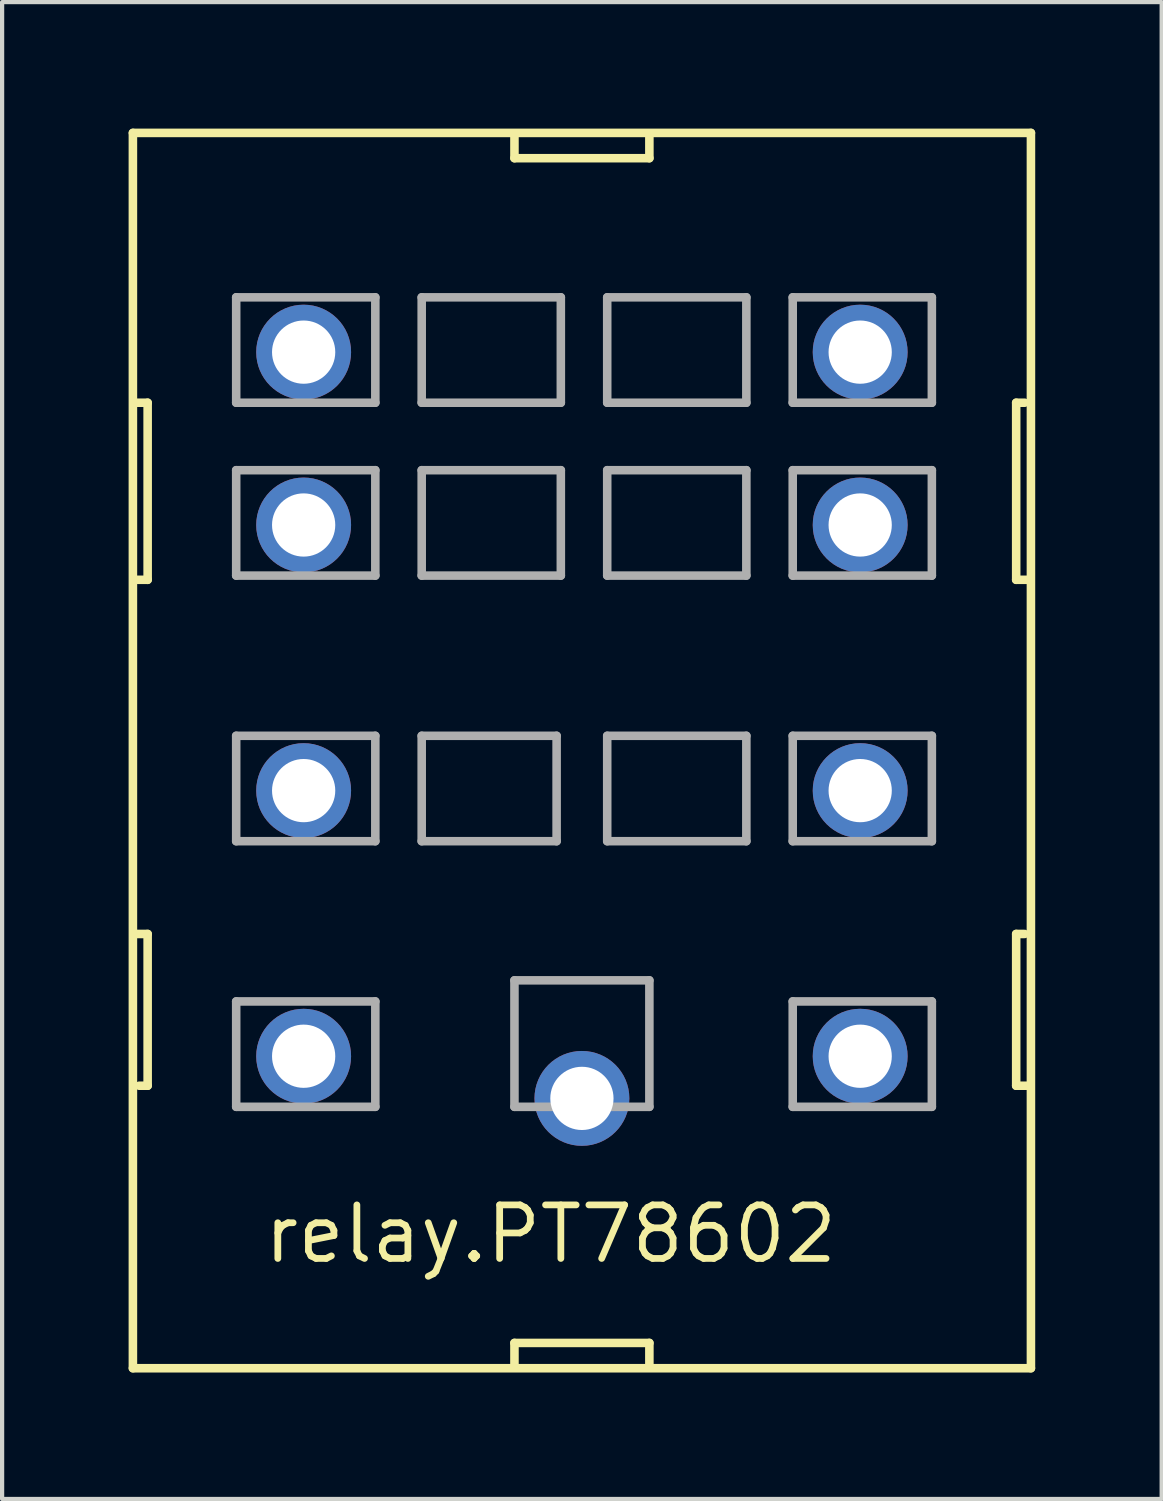
<source format=kicad_pcb>
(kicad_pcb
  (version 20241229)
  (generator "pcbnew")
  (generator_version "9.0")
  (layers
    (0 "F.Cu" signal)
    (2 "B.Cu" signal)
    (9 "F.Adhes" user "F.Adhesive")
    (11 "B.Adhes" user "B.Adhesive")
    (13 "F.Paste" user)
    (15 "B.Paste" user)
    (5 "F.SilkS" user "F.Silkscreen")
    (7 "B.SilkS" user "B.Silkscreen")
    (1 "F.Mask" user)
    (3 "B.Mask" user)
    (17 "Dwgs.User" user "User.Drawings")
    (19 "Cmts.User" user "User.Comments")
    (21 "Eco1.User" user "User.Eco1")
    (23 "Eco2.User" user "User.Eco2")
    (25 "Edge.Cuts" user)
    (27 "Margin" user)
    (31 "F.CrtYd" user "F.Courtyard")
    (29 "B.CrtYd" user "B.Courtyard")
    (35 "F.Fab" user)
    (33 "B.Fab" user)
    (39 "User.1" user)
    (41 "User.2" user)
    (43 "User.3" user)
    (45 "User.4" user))
  (footprint "relay.PT78602"
    (layer "F.Cu")
    (at 10.752 22.002)
    (property "Reference" "relay.PT78602" (at -7.62 4.96 0) (layer "F.SilkS") (effects (font (size 1.27 1.27) (thickness 0.16)) (justify left bottom)))
    (attr through_hole)
    (fp_line (start -10.65 -21.9) (end 10.65 -21.9) (stroke (width 0.203) (type default)) (layer "F.SilkS"))
    (fp_line (start -10.65 7.4) (end -10.65 -21.9) (stroke (width 0.203) (type default)) (layer "F.SilkS"))
    (fp_line (start -10.6 -11.3) (end -10.3 -11.3) (stroke (width 0.203) (type default)) (layer "F.SilkS"))
    (fp_line (start -10.3 -15.5) (end -10.6 -15.5) (stroke (width 0.203) (type default)) (layer "F.SilkS"))
    (fp_line (start -10.3 -11.3) (end -10.3 -15.5) (stroke (width 0.203) (type default)) (layer "F.SilkS"))
    (fp_line (start -10.3 -2.9) (end -10.6 -2.9) (stroke (width 0.203) (type default)) (layer "F.SilkS"))
    (fp_line (start -10.3 0.7) (end -10.5 0.7) (stroke (width 0.203) (type default)) (layer "F.SilkS"))
    (fp_line (start -10.3 0.7) (end -10.3 -2.9) (stroke (width 0.203) (type default)) (layer "F.SilkS"))
    (fp_line (start -1.6 -21.3) (end -1.6 -21.8) (stroke (width 0.203) (type default)) (layer "F.SilkS"))
    (fp_line (start -1.6 6.8) (end 1.6 6.8) (stroke (width 0.203) (type default)) (layer "F.SilkS"))
    (fp_line (start -1.6 7.3) (end -1.6 6.8) (stroke (width 0.203) (type default)) (layer "F.SilkS"))
    (fp_line (start 1.6 -21.8) (end 1.6 -21.3) (stroke (width 0.203) (type default)) (layer "F.SilkS"))
    (fp_line (start 1.6 -21.3) (end -1.6 -21.3) (stroke (width 0.203) (type default)) (layer "F.SilkS"))
    (fp_line (start 1.6 6.8) (end 1.6 7.3) (stroke (width 0.203) (type default)) (layer "F.SilkS"))
    (fp_line (start 10.3 -15.5) (end 10.5 -15.5) (stroke (width 0.203) (type default)) (layer "F.SilkS"))
    (fp_line (start 10.3 -11.3) (end 10.3 -15.5) (stroke (width 0.203) (type default)) (layer "F.SilkS"))
    (fp_line (start 10.3 -2.9) (end 10.5 -2.9) (stroke (width 0.203) (type default)) (layer "F.SilkS"))
    (fp_line (start 10.3 0.7) (end 10.3 -2.9) (stroke (width 0.203) (type default)) (layer "F.SilkS"))
    (fp_line (start 10.6 -11.3) (end 10.3 -11.3) (stroke (width 0.203) (type default)) (layer "F.SilkS"))
    (fp_line (start 10.6 0.7) (end 10.3 0.7) (stroke (width 0.203) (type default)) (layer "F.SilkS"))
    (fp_line (start 10.65 -21.9) (end 10.65 7.4) (stroke (width 0.203) (type default)) (layer "F.SilkS"))
    (fp_line (start 10.65 7.4) (end -10.65 7.4) (stroke (width 0.203) (type default)) (layer "F.SilkS"))
    (fp_line (start -8.2 -18) (end -4.9 -18) (stroke (width 0.203) (type default)) (layer "F.Fab"))
    (fp_line (start -8.2 -15.5) (end -8.2 -18) (stroke (width 0.203) (type default)) (layer "F.Fab"))
    (fp_line (start -8.2 -13.9) (end -4.9 -13.9) (stroke (width 0.203) (type default)) (layer "F.Fab"))
    (fp_line (start -8.2 -11.4) (end -8.2 -13.9) (stroke (width 0.203) (type default)) (layer "F.Fab"))
    (fp_line (start -8.2 -7.6) (end -4.9 -7.6) (stroke (width 0.203) (type default)) (layer "F.Fab"))
    (fp_line (start -8.2 -5.1) (end -8.2 -7.6) (stroke (width 0.203) (type default)) (layer "F.Fab"))
    (fp_line (start -8.2 -1.3) (end -4.9 -1.3) (stroke (width 0.203) (type default)) (layer "F.Fab"))
    (fp_line (start -8.2 1.2) (end -8.2 -1.3) (stroke (width 0.203) (type default)) (layer "F.Fab"))
    (fp_line (start -4.9 -18) (end -4.9 -15.5) (stroke (width 0.203) (type default)) (layer "F.Fab"))
    (fp_line (start -4.9 -15.5) (end -8.2 -15.5) (stroke (width 0.203) (type default)) (layer "F.Fab"))
    (fp_line (start -4.9 -13.9) (end -4.9 -11.4) (stroke (width 0.203) (type default)) (layer "F.Fab"))
    (fp_line (start -4.9 -11.4) (end -8.2 -11.4) (stroke (width 0.203) (type default)) (layer "F.Fab"))
    (fp_line (start -4.9 -7.6) (end -4.9 -5.1) (stroke (width 0.203) (type default)) (layer "F.Fab"))
    (fp_line (start -4.9 -5.1) (end -8.2 -5.1) (stroke (width 0.203) (type default)) (layer "F.Fab"))
    (fp_line (start -4.9 -1.3) (end -4.9 1.2) (stroke (width 0.203) (type default)) (layer "F.Fab"))
    (fp_line (start -4.9 1.2) (end -8.2 1.2) (stroke (width 0.203) (type default)) (layer "F.Fab"))
    (fp_line (start -3.8 -18) (end -0.5 -18) (stroke (width 0.203) (type default)) (layer "F.Fab"))
    (fp_line (start -3.8 -15.5) (end -3.8 -18) (stroke (width 0.203) (type default)) (layer "F.Fab"))
    (fp_line (start -3.8 -13.9) (end -0.5 -13.9) (stroke (width 0.203) (type default)) (layer "F.Fab"))
    (fp_line (start -3.8 -11.4) (end -3.8 -13.9) (stroke (width 0.203) (type default)) (layer "F.Fab"))
    (fp_line (start -3.8 -7.6) (end -0.6 -7.6) (stroke (width 0.203) (type default)) (layer "F.Fab"))
    (fp_line (start -3.8 -5.1) (end -3.8 -7.6) (stroke (width 0.203) (type default)) (layer "F.Fab"))
    (fp_line (start -1.6 -1.8) (end 1.6 -1.8) (stroke (width 0.203) (type default)) (layer "F.Fab"))
    (fp_line (start -1.6 1.2) (end -1.6 -1.8) (stroke (width 0.203) (type default)) (layer "F.Fab"))
    (fp_line (start -0.6 -7.6) (end -0.6 -5.1) (stroke (width 0.203) (type default)) (layer "F.Fab"))
    (fp_line (start -0.6 -5.1) (end -3.8 -5.1) (stroke (width 0.203) (type default)) (layer "F.Fab"))
    (fp_line (start -0.5 -18) (end -0.5 -15.5) (stroke (width 0.203) (type default)) (layer "F.Fab"))
    (fp_line (start -0.5 -15.5) (end -3.8 -15.5) (stroke (width 0.203) (type default)) (layer "F.Fab"))
    (fp_line (start -0.5 -13.9) (end -0.5 -11.4) (stroke (width 0.203) (type default)) (layer "F.Fab"))
    (fp_line (start -0.5 -11.4) (end -3.8 -11.4) (stroke (width 0.203) (type default)) (layer "F.Fab"))
    (fp_line (start 0.6 -18) (end 3.9 -18) (stroke (width 0.203) (type default)) (layer "F.Fab"))
    (fp_line (start 0.6 -15.5) (end 0.6 -18) (stroke (width 0.203) (type default)) (layer "F.Fab"))
    (fp_line (start 0.6 -13.9) (end 3.9 -13.9) (stroke (width 0.203) (type default)) (layer "F.Fab"))
    (fp_line (start 0.6 -11.4) (end 0.6 -13.9) (stroke (width 0.203) (type default)) (layer "F.Fab"))
    (fp_line (start 0.6 -7.6) (end 3.9 -7.6) (stroke (width 0.203) (type default)) (layer "F.Fab"))
    (fp_line (start 0.6 -5.1) (end 0.6 -7.6) (stroke (width 0.203) (type default)) (layer "F.Fab"))
    (fp_line (start 1.6 -1.8) (end 1.6 1.2) (stroke (width 0.203) (type default)) (layer "F.Fab"))
    (fp_line (start 1.6 1.2) (end -1.6 1.2) (stroke (width 0.203) (type default)) (layer "F.Fab"))
    (fp_line (start 3.9 -18) (end 3.9 -15.5) (stroke (width 0.203) (type default)) (layer "F.Fab"))
    (fp_line (start 3.9 -15.5) (end 0.6 -15.5) (stroke (width 0.203) (type default)) (layer "F.Fab"))
    (fp_line (start 3.9 -13.9) (end 3.9 -11.4) (stroke (width 0.203) (type default)) (layer "F.Fab"))
    (fp_line (start 3.9 -11.4) (end 0.6 -11.4) (stroke (width 0.203) (type default)) (layer "F.Fab"))
    (fp_line (start 3.9 -7.6) (end 3.9 -5.1) (stroke (width 0.203) (type default)) (layer "F.Fab"))
    (fp_line (start 3.9 -5.1) (end 0.6 -5.1) (stroke (width 0.203) (type default)) (layer "F.Fab"))
    (fp_line (start 5 -18) (end 8.3 -18) (stroke (width 0.203) (type default)) (layer "F.Fab"))
    (fp_line (start 5 -15.5) (end 5 -18) (stroke (width 0.203) (type default)) (layer "F.Fab"))
    (fp_line (start 5 -13.9) (end 8.3 -13.9) (stroke (width 0.203) (type default)) (layer "F.Fab"))
    (fp_line (start 5 -11.4) (end 5 -13.9) (stroke (width 0.203) (type default)) (layer "F.Fab"))
    (fp_line (start 5 -7.6) (end 8.3 -7.6) (stroke (width 0.203) (type default)) (layer "F.Fab"))
    (fp_line (start 5 -5.1) (end 5 -7.6) (stroke (width 0.203) (type default)) (layer "F.Fab"))
    (fp_line (start 5 -1.3) (end 8.3 -1.3) (stroke (width 0.203) (type default)) (layer "F.Fab"))
    (fp_line (start 5 1.2) (end 5 -1.3) (stroke (width 0.203) (type default)) (layer "F.Fab"))
    (fp_line (start 8.3 -18) (end 8.3 -15.5) (stroke (width 0.203) (type default)) (layer "F.Fab"))
    (fp_line (start 8.3 -15.5) (end 5 -15.5) (stroke (width 0.203) (type default)) (layer "F.Fab"))
    (fp_line (start 8.3 -13.9) (end 8.3 -11.4) (stroke (width 0.203) (type default)) (layer "F.Fab"))
    (fp_line (start 8.3 -11.4) (end 5 -11.4) (stroke (width 0.203) (type default)) (layer "F.Fab"))
    (fp_line (start 8.3 -7.6) (end 8.3 -5.1) (stroke (width 0.203) (type default)) (layer "F.Fab"))
    (fp_line (start 8.3 -5.1) (end 5 -5.1) (stroke (width 0.203) (type default)) (layer "F.Fab"))
    (fp_line (start 8.3 -1.3) (end 8.3 1.2) (stroke (width 0.203) (type default)) (layer "F.Fab"))
    (fp_line (start 8.3 1.2) (end 5 1.2) (stroke (width 0.203) (type default)) (layer "F.Fab"))
    (pad "11" thru_hole circle (at 6.6 -6.3) (size 2.25 2.25) (drill 1.5) (layers "*.Cu" "*.Mask"))
    (pad "12" thru_hole circle (at 6.6 -16.7) (size 2.25 2.25) (drill 1.5) (layers "*.Cu" "*.Mask"))
    (pad "14" thru_hole circle (at 6.6 -12.6) (size 2.25 2.25) (drill 1.5) (layers "*.Cu" "*.Mask"))
    (pad "41" thru_hole circle (at -6.6 -6.3) (size 2.25 2.25) (drill 1.5) (layers "*.Cu" "*.Mask"))
    (pad "42" thru_hole circle (at -6.6 -16.7) (size 2.25 2.25) (drill 1.5) (layers "*.Cu" "*.Mask"))
    (pad "44" thru_hole circle (at -6.6 -12.6) (size 2.25 2.25) (drill 1.5) (layers "*.Cu" "*.Mask"))
    (pad "A1" thru_hole circle (at 6.6 0) (size 2.25 2.25) (drill 1.5) (layers "*.Cu" "*.Mask"))
    (pad "A2" thru_hole circle (at -6.6 0) (size 2.25 2.25) (drill 1.5) (layers "*.Cu" "*.Mask"))
    (pad "M" thru_hole circle (at 0 1) (size 2.25 2.25) (drill 1.5) (layers "*.Cu" "*.Mask")))
  (gr_rect
    (start -3 -3)
    (end 24.503 32.503)
    (stroke (width 0.1) (type default))
    (fill no)
    (layer "Edge.Cuts")))
</source>
